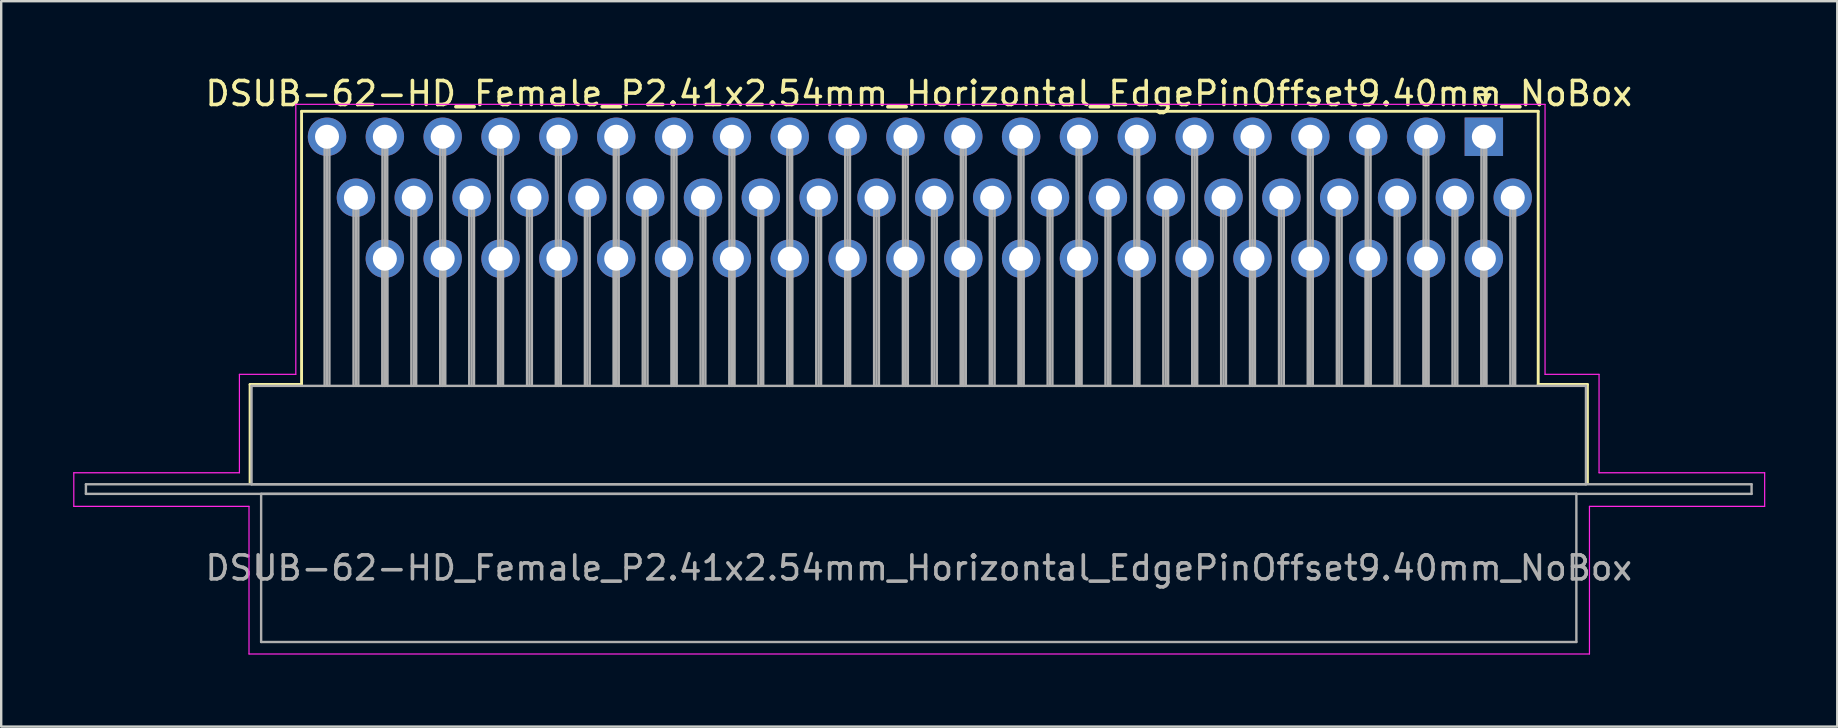
<source format=kicad_pcb>
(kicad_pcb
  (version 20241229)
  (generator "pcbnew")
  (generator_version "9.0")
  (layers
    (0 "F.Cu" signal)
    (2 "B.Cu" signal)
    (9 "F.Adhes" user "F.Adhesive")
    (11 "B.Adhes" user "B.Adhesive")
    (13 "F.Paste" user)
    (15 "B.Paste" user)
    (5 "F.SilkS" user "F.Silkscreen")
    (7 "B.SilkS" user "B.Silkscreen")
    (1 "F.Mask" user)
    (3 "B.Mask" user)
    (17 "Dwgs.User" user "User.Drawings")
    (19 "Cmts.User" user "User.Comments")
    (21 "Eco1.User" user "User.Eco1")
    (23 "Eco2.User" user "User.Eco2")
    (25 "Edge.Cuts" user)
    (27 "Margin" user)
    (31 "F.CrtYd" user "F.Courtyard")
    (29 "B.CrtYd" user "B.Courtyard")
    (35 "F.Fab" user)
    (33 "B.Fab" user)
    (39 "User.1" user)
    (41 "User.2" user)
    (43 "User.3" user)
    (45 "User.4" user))
  (footprint "DSUB-62-HD_Female_P2.41x2.54mm_Horizontal_EdgePinOffset9.40mm_NoBox"
    (layer "F.Cu")
    (at 58.775 2.648)
    (property "Reference" "DSUB-62-HD_Female_P2.41x2.54mm_Horizontal_EdgePinOffset9.40mm_NoBox" (at -23.545 -1.8 0) (layer "F.SilkS") (effects (font (size 1 1) (thickness 0.15))))
    (attr through_hole)
    (fp_line (start -51.405 10.32) (end -49.26 10.32) (stroke (width 0.12) (type solid)) (layer "F.SilkS"))
    (fp_line (start -51.405 14.42) (end -51.405 10.32) (stroke (width 0.12) (type solid)) (layer "F.SilkS"))
    (fp_line (start -49.26 -1.06) (end 2.265 -1.06) (stroke (width 0.12) (type solid)) (layer "F.SilkS"))
    (fp_line (start -49.26 10.32) (end -49.26 -1.06) (stroke (width 0.12) (type solid)) (layer "F.SilkS"))
    (fp_line (start -0.25 -1.754) (end 0.25 -1.754) (stroke (width 0.12) (type solid)) (layer "F.SilkS"))
    (fp_line (start 0 -1.321) (end -0.25 -1.754) (stroke (width 0.12) (type solid)) (layer "F.SilkS"))
    (fp_line (start 0.25 -1.754) (end 0 -1.321) (stroke (width 0.12) (type solid)) (layer "F.SilkS"))
    (fp_line (start 2.265 -1.06) (end 2.265 10.32) (stroke (width 0.12) (type solid)) (layer "F.SilkS"))
    (fp_line (start 2.265 10.32) (end 4.315 10.32) (stroke (width 0.12) (type solid)) (layer "F.SilkS"))
    (fp_line (start 4.315 10.32) (end 4.315 14.42) (stroke (width 0.12) (type solid)) (layer "F.SilkS"))
    (fp_line (start -58.75 14) (end -51.85 14) (stroke (width 0.05) (type solid)) (layer "F.CrtYd"))
    (fp_line (start -58.75 15.4) (end -58.75 14) (stroke (width 0.05) (type solid)) (layer "F.CrtYd"))
    (fp_line (start -51.85 9.9) (end -49.5 9.9) (stroke (width 0.05) (type solid)) (layer "F.CrtYd"))
    (fp_line (start -51.85 14) (end -51.85 9.9) (stroke (width 0.05) (type solid)) (layer "F.CrtYd"))
    (fp_line (start -51.45 15.4) (end -58.75 15.4) (stroke (width 0.05) (type solid)) (layer "F.CrtYd"))
    (fp_line (start -51.45 21.55) (end -51.45 15.4) (stroke (width 0.05) (type solid)) (layer "F.CrtYd"))
    (fp_line (start -49.5 -1.35) (end 2.55 -1.35) (stroke (width 0.05) (type solid)) (layer "F.CrtYd"))
    (fp_line (start -49.5 9.9) (end -49.5 -1.35) (stroke (width 0.05) (type solid)) (layer "F.CrtYd"))
    (fp_line (start 2.55 -1.35) (end 2.55 9.9) (stroke (width 0.05) (type solid)) (layer "F.CrtYd"))
    (fp_line (start 2.55 9.9) (end 4.8 9.9) (stroke (width 0.05) (type solid)) (layer "F.CrtYd"))
    (fp_line (start 4.4 15.4) (end 4.4 21.55) (stroke (width 0.05) (type solid)) (layer "F.CrtYd"))
    (fp_line (start 4.4 21.55) (end -51.45 21.55) (stroke (width 0.05) (type solid)) (layer "F.CrtYd"))
    (fp_line (start 4.8 9.9) (end 4.8 14) (stroke (width 0.05) (type solid)) (layer "F.CrtYd"))
    (fp_line (start 4.8 14) (end 11.7 14) (stroke (width 0.05) (type solid)) (layer "F.CrtYd"))
    (fp_line (start 11.7 14) (end 11.7 15.4) (stroke (width 0.05) (type solid)) (layer "F.CrtYd"))
    (fp_line (start 11.7 15.4) (end 4.4 15.4) (stroke (width 0.05) (type solid)) (layer "F.CrtYd"))
    (fp_line (start -58.245 14.48) (end -58.245 14.88) (stroke (width 0.1) (type solid)) (layer "F.Fab"))
    (fp_line (start -58.245 14.88) (end 11.155 14.88) (stroke (width 0.1) (type solid)) (layer "F.Fab"))
    (fp_line (start -51.345 10.38) (end -51.345 14.48) (stroke (width 0.1) (type solid)) (layer "F.Fab"))
    (fp_line (start -51.345 14.48) (end 4.255 14.48) (stroke (width 0.1) (type solid)) (layer "F.Fab"))
    (fp_line (start -50.945 14.88) (end -50.945 21.05) (stroke (width 0.1) (type solid)) (layer "F.Fab"))
    (fp_line (start -50.945 21.05) (end 3.855 21.05) (stroke (width 0.1) (type solid)) (layer "F.Fab"))
    (fp_line (start -48.3 0) (end -48.3 10.38) (stroke (width 0.1) (type solid)) (layer "F.Fab"))
    (fp_line (start -48.2 0) (end -48.2 10.38) (stroke (width 0.1) (type solid)) (layer "F.Fab"))
    (fp_line (start -48.1 0) (end -48.1 10.38) (stroke (width 0.1) (type solid)) (layer "F.Fab"))
    (fp_line (start -47.095 2.54) (end -47.095 10.38) (stroke (width 0.1) (type solid)) (layer "F.Fab"))
    (fp_line (start -46.995 2.54) (end -46.995 10.38) (stroke (width 0.1) (type solid)) (layer "F.Fab"))
    (fp_line (start -46.895 2.54) (end -46.895 10.38) (stroke (width 0.1) (type solid)) (layer "F.Fab"))
    (fp_line (start -45.89 0) (end -45.89 10.38) (stroke (width 0.1) (type solid)) (layer "F.Fab"))
    (fp_line (start -45.89 5.08) (end -45.89 10.38) (stroke (width 0.1) (type solid)) (layer "F.Fab"))
    (fp_line (start -45.79 0) (end -45.79 10.38) (stroke (width 0.1) (type solid)) (layer "F.Fab"))
    (fp_line (start -45.79 5.08) (end -45.79 10.38) (stroke (width 0.1) (type solid)) (layer "F.Fab"))
    (fp_line (start -45.69 0) (end -45.69 10.38) (stroke (width 0.1) (type solid)) (layer "F.Fab"))
    (fp_line (start -45.69 5.08) (end -45.69 10.38) (stroke (width 0.1) (type solid)) (layer "F.Fab"))
    (fp_line (start -44.685 2.54) (end -44.685 10.38) (stroke (width 0.1) (type solid)) (layer "F.Fab"))
    (fp_line (start -44.585 2.54) (end -44.585 10.38) (stroke (width 0.1) (type solid)) (layer "F.Fab"))
    (fp_line (start -44.485 2.54) (end -44.485 10.38) (stroke (width 0.1) (type solid)) (layer "F.Fab"))
    (fp_line (start -43.48 0) (end -43.48 10.38) (stroke (width 0.1) (type solid)) (layer "F.Fab"))
    (fp_line (start -43.48 5.08) (end -43.48 10.38) (stroke (width 0.1) (type solid)) (layer "F.Fab"))
    (fp_line (start -43.38 0) (end -43.38 10.38) (stroke (width 0.1) (type solid)) (layer "F.Fab"))
    (fp_line (start -43.38 5.08) (end -43.38 10.38) (stroke (width 0.1) (type solid)) (layer "F.Fab"))
    (fp_line (start -43.28 0) (end -43.28 10.38) (stroke (width 0.1) (type solid)) (layer "F.Fab"))
    (fp_line (start -43.28 5.08) (end -43.28 10.38) (stroke (width 0.1) (type solid)) (layer "F.Fab"))
    (fp_line (start -42.275 2.54) (end -42.275 10.38) (stroke (width 0.1) (type solid)) (layer "F.Fab"))
    (fp_line (start -42.175 2.54) (end -42.175 10.38) (stroke (width 0.1) (type solid)) (layer "F.Fab"))
    (fp_line (start -42.075 2.54) (end -42.075 10.38) (stroke (width 0.1) (type solid)) (layer "F.Fab"))
    (fp_line (start -41.07 0) (end -41.07 10.38) (stroke (width 0.1) (type solid)) (layer "F.Fab"))
    (fp_line (start -41.07 5.08) (end -41.07 10.38) (stroke (width 0.1) (type solid)) (layer "F.Fab"))
    (fp_line (start -40.97 0) (end -40.97 10.38) (stroke (width 0.1) (type solid)) (layer "F.Fab"))
    (fp_line (start -40.97 5.08) (end -40.97 10.38) (stroke (width 0.1) (type solid)) (layer "F.Fab"))
    (fp_line (start -40.87 0) (end -40.87 10.38) (stroke (width 0.1) (type solid)) (layer "F.Fab"))
    (fp_line (start -40.87 5.08) (end -40.87 10.38) (stroke (width 0.1) (type solid)) (layer "F.Fab"))
    (fp_line (start -39.865 2.54) (end -39.865 10.38) (stroke (width 0.1) (type solid)) (layer "F.Fab"))
    (fp_line (start -39.765 2.54) (end -39.765 10.38) (stroke (width 0.1) (type solid)) (layer "F.Fab"))
    (fp_line (start -39.665 2.54) (end -39.665 10.38) (stroke (width 0.1) (type solid)) (layer "F.Fab"))
    (fp_line (start -38.66 0) (end -38.66 10.38) (stroke (width 0.1) (type solid)) (layer "F.Fab"))
    (fp_line (start -38.66 5.08) (end -38.66 10.38) (stroke (width 0.1) (type solid)) (layer "F.Fab"))
    (fp_line (start -38.56 0) (end -38.56 10.38) (stroke (width 0.1) (type solid)) (layer "F.Fab"))
    (fp_line (start -38.56 5.08) (end -38.56 10.38) (stroke (width 0.1) (type solid)) (layer "F.Fab"))
    (fp_line (start -38.46 0) (end -38.46 10.38) (stroke (width 0.1) (type solid)) (layer "F.Fab"))
    (fp_line (start -38.46 5.08) (end -38.46 10.38) (stroke (width 0.1) (type solid)) (layer "F.Fab"))
    (fp_line (start -37.455 2.54) (end -37.455 10.38) (stroke (width 0.1) (type solid)) (layer "F.Fab"))
    (fp_line (start -37.355 2.54) (end -37.355 10.38) (stroke (width 0.1) (type solid)) (layer "F.Fab"))
    (fp_line (start -37.255 2.54) (end -37.255 10.38) (stroke (width 0.1) (type solid)) (layer "F.Fab"))
    (fp_line (start -36.25 0) (end -36.25 10.38) (stroke (width 0.1) (type solid)) (layer "F.Fab"))
    (fp_line (start -36.25 5.08) (end -36.25 10.38) (stroke (width 0.1) (type solid)) (layer "F.Fab"))
    (fp_line (start -36.15 0) (end -36.15 10.38) (stroke (width 0.1) (type solid)) (layer "F.Fab"))
    (fp_line (start -36.15 5.08) (end -36.15 10.38) (stroke (width 0.1) (type solid)) (layer "F.Fab"))
    (fp_line (start -36.05 0) (end -36.05 10.38) (stroke (width 0.1) (type solid)) (layer "F.Fab"))
    (fp_line (start -36.05 5.08) (end -36.05 10.38) (stroke (width 0.1) (type solid)) (layer "F.Fab"))
    (fp_line (start -35.045 2.54) (end -35.045 10.38) (stroke (width 0.1) (type solid)) (layer "F.Fab"))
    (fp_line (start -34.945 2.54) (end -34.945 10.38) (stroke (width 0.1) (type solid)) (layer "F.Fab"))
    (fp_line (start -34.845 2.54) (end -34.845 10.38) (stroke (width 0.1) (type solid)) (layer "F.Fab"))
    (fp_line (start -33.84 0) (end -33.84 10.38) (stroke (width 0.1) (type solid)) (layer "F.Fab"))
    (fp_line (start -33.84 5.08) (end -33.84 10.38) (stroke (width 0.1) (type solid)) (layer "F.Fab"))
    (fp_line (start -33.74 0) (end -33.74 10.38) (stroke (width 0.1) (type solid)) (layer "F.Fab"))
    (fp_line (start -33.74 5.08) (end -33.74 10.38) (stroke (width 0.1) (type solid)) (layer "F.Fab"))
    (fp_line (start -33.64 0) (end -33.64 10.38) (stroke (width 0.1) (type solid)) (layer "F.Fab"))
    (fp_line (start -33.64 5.08) (end -33.64 10.38) (stroke (width 0.1) (type solid)) (layer "F.Fab"))
    (fp_line (start -32.635 2.54) (end -32.635 10.38) (stroke (width 0.1) (type solid)) (layer "F.Fab"))
    (fp_line (start -32.535 2.54) (end -32.535 10.38) (stroke (width 0.1) (type solid)) (layer "F.Fab"))
    (fp_line (start -32.435 2.54) (end -32.435 10.38) (stroke (width 0.1) (type solid)) (layer "F.Fab"))
    (fp_line (start -31.43 0) (end -31.43 10.38) (stroke (width 0.1) (type solid)) (layer "F.Fab"))
    (fp_line (start -31.43 5.08) (end -31.43 10.38) (stroke (width 0.1) (type solid)) (layer "F.Fab"))
    (fp_line (start -31.33 0) (end -31.33 10.38) (stroke (width 0.1) (type solid)) (layer "F.Fab"))
    (fp_line (start -31.33 5.08) (end -31.33 10.38) (stroke (width 0.1) (type solid)) (layer "F.Fab"))
    (fp_line (start -31.23 0) (end -31.23 10.38) (stroke (width 0.1) (type solid)) (layer "F.Fab"))
    (fp_line (start -31.23 5.08) (end -31.23 10.38) (stroke (width 0.1) (type solid)) (layer "F.Fab"))
    (fp_line (start -30.225 2.54) (end -30.225 10.38) (stroke (width 0.1) (type solid)) (layer "F.Fab"))
    (fp_line (start -30.125 2.54) (end -30.125 10.38) (stroke (width 0.1) (type solid)) (layer "F.Fab"))
    (fp_line (start -30.025 2.54) (end -30.025 10.38) (stroke (width 0.1) (type solid)) (layer "F.Fab"))
    (fp_line (start -29.02 0) (end -29.02 10.38) (stroke (width 0.1) (type solid)) (layer "F.Fab"))
    (fp_line (start -29.02 5.08) (end -29.02 10.38) (stroke (width 0.1) (type solid)) (layer "F.Fab"))
    (fp_line (start -28.92 0) (end -28.92 10.38) (stroke (width 0.1) (type solid)) (layer "F.Fab"))
    (fp_line (start -28.92 5.08) (end -28.92 10.38) (stroke (width 0.1) (type solid)) (layer "F.Fab"))
    (fp_line (start -28.82 0) (end -28.82 10.38) (stroke (width 0.1) (type solid)) (layer "F.Fab"))
    (fp_line (start -28.82 5.08) (end -28.82 10.38) (stroke (width 0.1) (type solid)) (layer "F.Fab"))
    (fp_line (start -27.815 2.54) (end -27.815 10.38) (stroke (width 0.1) (type solid)) (layer "F.Fab"))
    (fp_line (start -27.715 2.54) (end -27.715 10.38) (stroke (width 0.1) (type solid)) (layer "F.Fab"))
    (fp_line (start -27.615 2.54) (end -27.615 10.38) (stroke (width 0.1) (type solid)) (layer "F.Fab"))
    (fp_line (start -26.61 0) (end -26.61 10.38) (stroke (width 0.1) (type solid)) (layer "F.Fab"))
    (fp_line (start -26.61 5.08) (end -26.61 10.38) (stroke (width 0.1) (type solid)) (layer "F.Fab"))
    (fp_line (start -26.51 0) (end -26.51 10.38) (stroke (width 0.1) (type solid)) (layer "F.Fab"))
    (fp_line (start -26.51 5.08) (end -26.51 10.38) (stroke (width 0.1) (type solid)) (layer "F.Fab"))
    (fp_line (start -26.41 0) (end -26.41 10.38) (stroke (width 0.1) (type solid)) (layer "F.Fab"))
    (fp_line (start -26.41 5.08) (end -26.41 10.38) (stroke (width 0.1) (type solid)) (layer "F.Fab"))
    (fp_line (start -25.405 2.54) (end -25.405 10.38) (stroke (width 0.1) (type solid)) (layer "F.Fab"))
    (fp_line (start -25.305 2.54) (end -25.305 10.38) (stroke (width 0.1) (type solid)) (layer "F.Fab"))
    (fp_line (start -25.205 2.54) (end -25.205 10.38) (stroke (width 0.1) (type solid)) (layer "F.Fab"))
    (fp_line (start -24.2 0) (end -24.2 10.38) (stroke (width 0.1) (type solid)) (layer "F.Fab"))
    (fp_line (start -24.2 5.08) (end -24.2 10.38) (stroke (width 0.1) (type solid)) (layer "F.Fab"))
    (fp_line (start -24.1 0) (end -24.1 10.38) (stroke (width 0.1) (type solid)) (layer "F.Fab"))
    (fp_line (start -24.1 5.08) (end -24.1 10.38) (stroke (width 0.1) (type solid)) (layer "F.Fab"))
    (fp_line (start -24 0) (end -24 10.38) (stroke (width 0.1) (type solid)) (layer "F.Fab"))
    (fp_line (start -24 5.08) (end -24 10.38) (stroke (width 0.1) (type solid)) (layer "F.Fab"))
    (fp_line (start -22.995 2.54) (end -22.995 10.38) (stroke (width 0.1) (type solid)) (layer "F.Fab"))
    (fp_line (start -22.895 2.54) (end -22.895 10.38) (stroke (width 0.1) (type solid)) (layer "F.Fab"))
    (fp_line (start -22.795 2.54) (end -22.795 10.38) (stroke (width 0.1) (type solid)) (layer "F.Fab"))
    (fp_line (start -21.79 0) (end -21.79 10.38) (stroke (width 0.1) (type solid)) (layer "F.Fab"))
    (fp_line (start -21.79 5.08) (end -21.79 10.38) (stroke (width 0.1) (type solid)) (layer "F.Fab"))
    (fp_line (start -21.69 0) (end -21.69 10.38) (stroke (width 0.1) (type solid)) (layer "F.Fab"))
    (fp_line (start -21.69 5.08) (end -21.69 10.38) (stroke (width 0.1) (type solid)) (layer "F.Fab"))
    (fp_line (start -21.59 0) (end -21.59 10.38) (stroke (width 0.1) (type solid)) (layer "F.Fab"))
    (fp_line (start -21.59 5.08) (end -21.59 10.38) (stroke (width 0.1) (type solid)) (layer "F.Fab"))
    (fp_line (start -20.585 2.54) (end -20.585 10.38) (stroke (width 0.1) (type solid)) (layer "F.Fab"))
    (fp_line (start -20.485 2.54) (end -20.485 10.38) (stroke (width 0.1) (type solid)) (layer "F.Fab"))
    (fp_line (start -20.385 2.54) (end -20.385 10.38) (stroke (width 0.1) (type solid)) (layer "F.Fab"))
    (fp_line (start -19.38 0) (end -19.38 10.38) (stroke (width 0.1) (type solid)) (layer "F.Fab"))
    (fp_line (start -19.38 5.08) (end -19.38 10.38) (stroke (width 0.1) (type solid)) (layer "F.Fab"))
    (fp_line (start -19.28 0) (end -19.28 10.38) (stroke (width 0.1) (type solid)) (layer "F.Fab"))
    (fp_line (start -19.28 5.08) (end -19.28 10.38) (stroke (width 0.1) (type solid)) (layer "F.Fab"))
    (fp_line (start -19.18 0) (end -19.18 10.38) (stroke (width 0.1) (type solid)) (layer "F.Fab"))
    (fp_line (start -19.18 5.08) (end -19.18 10.38) (stroke (width 0.1) (type solid)) (layer "F.Fab"))
    (fp_line (start -18.175 2.54) (end -18.175 10.38) (stroke (width 0.1) (type solid)) (layer "F.Fab"))
    (fp_line (start -18.075 2.54) (end -18.075 10.38) (stroke (width 0.1) (type solid)) (layer "F.Fab"))
    (fp_line (start -17.975 2.54) (end -17.975 10.38) (stroke (width 0.1) (type solid)) (layer "F.Fab"))
    (fp_line (start -16.97 0) (end -16.97 10.38) (stroke (width 0.1) (type solid)) (layer "F.Fab"))
    (fp_line (start -16.97 5.08) (end -16.97 10.38) (stroke (width 0.1) (type solid)) (layer "F.Fab"))
    (fp_line (start -16.87 0) (end -16.87 10.38) (stroke (width 0.1) (type solid)) (layer "F.Fab"))
    (fp_line (start -16.87 5.08) (end -16.87 10.38) (stroke (width 0.1) (type solid)) (layer "F.Fab"))
    (fp_line (start -16.77 0) (end -16.77 10.38) (stroke (width 0.1) (type solid)) (layer "F.Fab"))
    (fp_line (start -16.77 5.08) (end -16.77 10.38) (stroke (width 0.1) (type solid)) (layer "F.Fab"))
    (fp_line (start -15.765 2.54) (end -15.765 10.38) (stroke (width 0.1) (type solid)) (layer "F.Fab"))
    (fp_line (start -15.665 2.54) (end -15.665 10.38) (stroke (width 0.1) (type solid)) (layer "F.Fab"))
    (fp_line (start -15.565 2.54) (end -15.565 10.38) (stroke (width 0.1) (type solid)) (layer "F.Fab"))
    (fp_line (start -14.56 0) (end -14.56 10.38) (stroke (width 0.1) (type solid)) (layer "F.Fab"))
    (fp_line (start -14.56 5.08) (end -14.56 10.38) (stroke (width 0.1) (type solid)) (layer "F.Fab"))
    (fp_line (start -14.46 0) (end -14.46 10.38) (stroke (width 0.1) (type solid)) (layer "F.Fab"))
    (fp_line (start -14.46 5.08) (end -14.46 10.38) (stroke (width 0.1) (type solid)) (layer "F.Fab"))
    (fp_line (start -14.36 0) (end -14.36 10.38) (stroke (width 0.1) (type solid)) (layer "F.Fab"))
    (fp_line (start -14.36 5.08) (end -14.36 10.38) (stroke (width 0.1) (type solid)) (layer "F.Fab"))
    (fp_line (start -13.355 2.54) (end -13.355 10.38) (stroke (width 0.1) (type solid)) (layer "F.Fab"))
    (fp_line (start -13.255 2.54) (end -13.255 10.38) (stroke (width 0.1) (type solid)) (layer "F.Fab"))
    (fp_line (start -13.155 2.54) (end -13.155 10.38) (stroke (width 0.1) (type solid)) (layer "F.Fab"))
    (fp_line (start -12.15 0) (end -12.15 10.38) (stroke (width 0.1) (type solid)) (layer "F.Fab"))
    (fp_line (start -12.15 5.08) (end -12.15 10.38) (stroke (width 0.1) (type solid)) (layer "F.Fab"))
    (fp_line (start -12.05 0) (end -12.05 10.38) (stroke (width 0.1) (type solid)) (layer "F.Fab"))
    (fp_line (start -12.05 5.08) (end -12.05 10.38) (stroke (width 0.1) (type solid)) (layer "F.Fab"))
    (fp_line (start -11.95 0) (end -11.95 10.38) (stroke (width 0.1) (type solid)) (layer "F.Fab"))
    (fp_line (start -11.95 5.08) (end -11.95 10.38) (stroke (width 0.1) (type solid)) (layer "F.Fab"))
    (fp_line (start -10.945 2.54) (end -10.945 10.38) (stroke (width 0.1) (type solid)) (layer "F.Fab"))
    (fp_line (start -10.845 2.54) (end -10.845 10.38) (stroke (width 0.1) (type solid)) (layer "F.Fab"))
    (fp_line (start -10.745 2.54) (end -10.745 10.38) (stroke (width 0.1) (type solid)) (layer "F.Fab"))
    (fp_line (start -9.74 0) (end -9.74 10.38) (stroke (width 0.1) (type solid)) (layer "F.Fab"))
    (fp_line (start -9.74 5.08) (end -9.74 10.38) (stroke (width 0.1) (type solid)) (layer "F.Fab"))
    (fp_line (start -9.64 0) (end -9.64 10.38) (stroke (width 0.1) (type solid)) (layer "F.Fab"))
    (fp_line (start -9.64 5.08) (end -9.64 10.38) (stroke (width 0.1) (type solid)) (layer "F.Fab"))
    (fp_line (start -9.54 0) (end -9.54 10.38) (stroke (width 0.1) (type solid)) (layer "F.Fab"))
    (fp_line (start -9.54 5.08) (end -9.54 10.38) (stroke (width 0.1) (type solid)) (layer "F.Fab"))
    (fp_line (start -8.535 2.54) (end -8.535 10.38) (stroke (width 0.1) (type solid)) (layer "F.Fab"))
    (fp_line (start -8.435 2.54) (end -8.435 10.38) (stroke (width 0.1) (type solid)) (layer "F.Fab"))
    (fp_line (start -8.335 2.54) (end -8.335 10.38) (stroke (width 0.1) (type solid)) (layer "F.Fab"))
    (fp_line (start -7.33 0) (end -7.33 10.38) (stroke (width 0.1) (type solid)) (layer "F.Fab"))
    (fp_line (start -7.33 5.08) (end -7.33 10.38) (stroke (width 0.1) (type solid)) (layer "F.Fab"))
    (fp_line (start -7.23 0) (end -7.23 10.38) (stroke (width 0.1) (type solid)) (layer "F.Fab"))
    (fp_line (start -7.23 5.08) (end -7.23 10.38) (stroke (width 0.1) (type solid)) (layer "F.Fab"))
    (fp_line (start -7.13 0) (end -7.13 10.38) (stroke (width 0.1) (type solid)) (layer "F.Fab"))
    (fp_line (start -7.13 5.08) (end -7.13 10.38) (stroke (width 0.1) (type solid)) (layer "F.Fab"))
    (fp_line (start -6.125 2.54) (end -6.125 10.38) (stroke (width 0.1) (type solid)) (layer "F.Fab"))
    (fp_line (start -6.025 2.54) (end -6.025 10.38) (stroke (width 0.1) (type solid)) (layer "F.Fab"))
    (fp_line (start -5.925 2.54) (end -5.925 10.38) (stroke (width 0.1) (type solid)) (layer "F.Fab"))
    (fp_line (start -4.92 0) (end -4.92 10.38) (stroke (width 0.1) (type solid)) (layer "F.Fab"))
    (fp_line (start -4.92 5.08) (end -4.92 10.38) (stroke (width 0.1) (type solid)) (layer "F.Fab"))
    (fp_line (start -4.82 0) (end -4.82 10.38) (stroke (width 0.1) (type solid)) (layer "F.Fab"))
    (fp_line (start -4.82 5.08) (end -4.82 10.38) (stroke (width 0.1) (type solid)) (layer "F.Fab"))
    (fp_line (start -4.72 0) (end -4.72 10.38) (stroke (width 0.1) (type solid)) (layer "F.Fab"))
    (fp_line (start -4.72 5.08) (end -4.72 10.38) (stroke (width 0.1) (type solid)) (layer "F.Fab"))
    (fp_line (start -3.715 2.54) (end -3.715 10.38) (stroke (width 0.1) (type solid)) (layer "F.Fab"))
    (fp_line (start -3.615 2.54) (end -3.615 10.38) (stroke (width 0.1) (type solid)) (layer "F.Fab"))
    (fp_line (start -3.515 2.54) (end -3.515 10.38) (stroke (width 0.1) (type solid)) (layer "F.Fab"))
    (fp_line (start -2.51 0) (end -2.51 10.38) (stroke (width 0.1) (type solid)) (layer "F.Fab"))
    (fp_line (start -2.51 5.08) (end -2.51 10.38) (stroke (width 0.1) (type solid)) (layer "F.Fab"))
    (fp_line (start -2.41 0) (end -2.41 10.38) (stroke (width 0.1) (type solid)) (layer "F.Fab"))
    (fp_line (start -2.41 5.08) (end -2.41 10.38) (stroke (width 0.1) (type solid)) (layer "F.Fab"))
    (fp_line (start -2.31 0) (end -2.31 10.38) (stroke (width 0.1) (type solid)) (layer "F.Fab"))
    (fp_line (start -2.31 5.08) (end -2.31 10.38) (stroke (width 0.1) (type solid)) (layer "F.Fab"))
    (fp_line (start -1.305 2.54) (end -1.305 10.38) (stroke (width 0.1) (type solid)) (layer "F.Fab"))
    (fp_line (start -1.205 2.54) (end -1.205 10.38) (stroke (width 0.1) (type solid)) (layer "F.Fab"))
    (fp_line (start -1.105 2.54) (end -1.105 10.38) (stroke (width 0.1) (type solid)) (layer "F.Fab"))
    (fp_line (start -0.1 0) (end -0.1 10.38) (stroke (width 0.1) (type solid)) (layer "F.Fab"))
    (fp_line (start -0.1 5.08) (end -0.1 10.38) (stroke (width 0.1) (type solid)) (layer "F.Fab"))
    (fp_line (start 0 0) (end 0 10.38) (stroke (width 0.1) (type solid)) (layer "F.Fab"))
    (fp_line (start 0 5.08) (end 0 10.38) (stroke (width 0.1) (type solid)) (layer "F.Fab"))
    (fp_line (start 0.1 0) (end 0.1 10.38) (stroke (width 0.1) (type solid)) (layer "F.Fab"))
    (fp_line (start 0.1 5.08) (end 0.1 10.38) (stroke (width 0.1) (type solid)) (layer "F.Fab"))
    (fp_line (start 1.105 2.54) (end 1.105 10.38) (stroke (width 0.1) (type solid)) (layer "F.Fab"))
    (fp_line (start 1.205 2.54) (end 1.205 10.38) (stroke (width 0.1) (type solid)) (layer "F.Fab"))
    (fp_line (start 1.305 2.54) (end 1.305 10.38) (stroke (width 0.1) (type solid)) (layer "F.Fab"))
    (fp_line (start 3.855 14.88) (end -50.945 14.88) (stroke (width 0.1) (type solid)) (layer "F.Fab"))
    (fp_line (start 3.855 21.05) (end 3.855 14.88) (stroke (width 0.1) (type solid)) (layer "F.Fab"))
    (fp_line (start 4.255 10.38) (end -51.345 10.38) (stroke (width 0.1) (type solid)) (layer "F.Fab"))
    (fp_line (start 4.255 14.48) (end 4.255 10.38) (stroke (width 0.1) (type solid)) (layer "F.Fab"))
    (fp_line (start 11.155 14.48) (end -58.245 14.48) (stroke (width 0.1) (type solid)) (layer "F.Fab"))
    (fp_line (start 11.155 14.88) (end 11.155 14.48) (stroke (width 0.1) (type solid)) (layer "F.Fab"))
    (fp_text user "${REFERENCE}" (at -23.545 17.965 0) (layer "F.Fab") (effects (font (size 1 1) (thickness 0.15))))
    (pad "1" thru_hole rect (at 0 0) (size 1.6 1.6) (drill 1) (layers "*.Cu" "*.Mask"))
    (pad "2" thru_hole circle (at -2.41 0) (size 1.6 1.6) (drill 1) (layers "*.Cu" "*.Mask"))
    (pad "3" thru_hole circle (at -4.82 0) (size 1.6 1.6) (drill 1) (layers "*.Cu" "*.Mask"))
    (pad "4" thru_hole circle (at -7.23 0) (size 1.6 1.6) (drill 1) (layers "*.Cu" "*.Mask"))
    (pad "5" thru_hole circle (at -9.64 0) (size 1.6 1.6) (drill 1) (layers "*.Cu" "*.Mask"))
    (pad "6" thru_hole circle (at -12.05 0) (size 1.6 1.6) (drill 1) (layers "*.Cu" "*.Mask"))
    (pad "7" thru_hole circle (at -14.46 0) (size 1.6 1.6) (drill 1) (layers "*.Cu" "*.Mask"))
    (pad "8" thru_hole circle (at -16.87 0) (size 1.6 1.6) (drill 1) (layers "*.Cu" "*.Mask"))
    (pad "9" thru_hole circle (at -19.28 0) (size 1.6 1.6) (drill 1) (layers "*.Cu" "*.Mask"))
    (pad "10" thru_hole circle (at -21.69 0) (size 1.6 1.6) (drill 1) (layers "*.Cu" "*.Mask"))
    (pad "11" thru_hole circle (at -24.1 0) (size 1.6 1.6) (drill 1) (layers "*.Cu" "*.Mask"))
    (pad "12" thru_hole circle (at -26.51 0) (size 1.6 1.6) (drill 1) (layers "*.Cu" "*.Mask"))
    (pad "13" thru_hole circle (at -28.92 0) (size 1.6 1.6) (drill 1) (layers "*.Cu" "*.Mask"))
    (pad "14" thru_hole circle (at -31.33 0) (size 1.6 1.6) (drill 1) (layers "*.Cu" "*.Mask"))
    (pad "15" thru_hole circle (at -33.74 0) (size 1.6 1.6) (drill 1) (layers "*.Cu" "*.Mask"))
    (pad "16" thru_hole circle (at -36.15 0) (size 1.6 1.6) (drill 1) (layers "*.Cu" "*.Mask"))
    (pad "17" thru_hole circle (at -38.56 0) (size 1.6 1.6) (drill 1) (layers "*.Cu" "*.Mask"))
    (pad "18" thru_hole circle (at -40.97 0) (size 1.6 1.6) (drill 1) (layers "*.Cu" "*.Mask"))
    (pad "19" thru_hole circle (at -43.38 0) (size 1.6 1.6) (drill 1) (layers "*.Cu" "*.Mask"))
    (pad "20" thru_hole circle (at -45.79 0) (size 1.6 1.6) (drill 1) (layers "*.Cu" "*.Mask"))
    (pad "21" thru_hole circle (at -48.2 0) (size 1.6 1.6) (drill 1) (layers "*.Cu" "*.Mask"))
    (pad "22" thru_hole circle (at 1.205 2.54) (size 1.6 1.6) (drill 1) (layers "*.Cu" "*.Mask"))
    (pad "23" thru_hole circle (at -1.205 2.54) (size 1.6 1.6) (drill 1) (layers "*.Cu" "*.Mask"))
    (pad "24" thru_hole circle (at -3.615 2.54) (size 1.6 1.6) (drill 1) (layers "*.Cu" "*.Mask"))
    (pad "25" thru_hole circle (at -6.025 2.54) (size 1.6 1.6) (drill 1) (layers "*.Cu" "*.Mask"))
    (pad "26" thru_hole circle (at -8.435 2.54) (size 1.6 1.6) (drill 1) (layers "*.Cu" "*.Mask"))
    (pad "27" thru_hole circle (at -10.845 2.54) (size 1.6 1.6) (drill 1) (layers "*.Cu" "*.Mask"))
    (pad "28" thru_hole circle (at -13.255 2.54) (size 1.6 1.6) (drill 1) (layers "*.Cu" "*.Mask"))
    (pad "29" thru_hole circle (at -15.665 2.54) (size 1.6 1.6) (drill 1) (layers "*.Cu" "*.Mask"))
    (pad "30" thru_hole circle (at -18.075 2.54) (size 1.6 1.6) (drill 1) (layers "*.Cu" "*.Mask"))
    (pad "31" thru_hole circle (at -20.485 2.54) (size 1.6 1.6) (drill 1) (layers "*.Cu" "*.Mask"))
    (pad "32" thru_hole circle (at -22.895 2.54) (size 1.6 1.6) (drill 1) (layers "*.Cu" "*.Mask"))
    (pad "33" thru_hole circle (at -25.305 2.54) (size 1.6 1.6) (drill 1) (layers "*.Cu" "*.Mask"))
    (pad "34" thru_hole circle (at -27.715 2.54) (size 1.6 1.6) (drill 1) (layers "*.Cu" "*.Mask"))
    (pad "35" thru_hole circle (at -30.125 2.54) (size 1.6 1.6) (drill 1) (layers "*.Cu" "*.Mask"))
    (pad "36" thru_hole circle (at -32.535 2.54) (size 1.6 1.6) (drill 1) (layers "*.Cu" "*.Mask"))
    (pad "37" thru_hole circle (at -34.945 2.54) (size 1.6 1.6) (drill 1) (layers "*.Cu" "*.Mask"))
    (pad "38" thru_hole circle (at -37.355 2.54) (size 1.6 1.6) (drill 1) (layers "*.Cu" "*.Mask"))
    (pad "39" thru_hole circle (at -39.765 2.54) (size 1.6 1.6) (drill 1) (layers "*.Cu" "*.Mask"))
    (pad "40" thru_hole circle (at -42.175 2.54) (size 1.6 1.6) (drill 1) (layers "*.Cu" "*.Mask"))
    (pad "41" thru_hole circle (at -44.585 2.54) (size 1.6 1.6) (drill 1) (layers "*.Cu" "*.Mask"))
    (pad "42" thru_hole circle (at -46.995 2.54) (size 1.6 1.6) (drill 1) (layers "*.Cu" "*.Mask"))
    (pad "43" thru_hole circle (at 0 5.08) (size 1.6 1.6) (drill 1) (layers "*.Cu" "*.Mask"))
    (pad "44" thru_hole circle (at -2.41 5.08) (size 1.6 1.6) (drill 1) (layers "*.Cu" "*.Mask"))
    (pad "45" thru_hole circle (at -4.82 5.08) (size 1.6 1.6) (drill 1) (layers "*.Cu" "*.Mask"))
    (pad "46" thru_hole circle (at -7.23 5.08) (size 1.6 1.6) (drill 1) (layers "*.Cu" "*.Mask"))
    (pad "47" thru_hole circle (at -9.64 5.08) (size 1.6 1.6) (drill 1) (layers "*.Cu" "*.Mask"))
    (pad "48" thru_hole circle (at -12.05 5.08) (size 1.6 1.6) (drill 1) (layers "*.Cu" "*.Mask"))
    (pad "49" thru_hole circle (at -14.46 5.08) (size 1.6 1.6) (drill 1) (layers "*.Cu" "*.Mask"))
    (pad "50" thru_hole circle (at -16.87 5.08) (size 1.6 1.6) (drill 1) (layers "*.Cu" "*.Mask"))
    (pad "51" thru_hole circle (at -19.28 5.08) (size 1.6 1.6) (drill 1) (layers "*.Cu" "*.Mask"))
    (pad "52" thru_hole circle (at -21.69 5.08) (size 1.6 1.6) (drill 1) (layers "*.Cu" "*.Mask"))
    (pad "53" thru_hole circle (at -24.1 5.08) (size 1.6 1.6) (drill 1) (layers "*.Cu" "*.Mask"))
    (pad "54" thru_hole circle (at -26.51 5.08) (size 1.6 1.6) (drill 1) (layers "*.Cu" "*.Mask"))
    (pad "55" thru_hole circle (at -28.92 5.08) (size 1.6 1.6) (drill 1) (layers "*.Cu" "*.Mask"))
    (pad "56" thru_hole circle (at -31.33 5.08) (size 1.6 1.6) (drill 1) (layers "*.Cu" "*.Mask"))
    (pad "57" thru_hole circle (at -33.74 5.08) (size 1.6 1.6) (drill 1) (layers "*.Cu" "*.Mask"))
    (pad "58" thru_hole circle (at -36.15 5.08) (size 1.6 1.6) (drill 1) (layers "*.Cu" "*.Mask"))
    (pad "59" thru_hole circle (at -38.56 5.08) (size 1.6 1.6) (drill 1) (layers "*.Cu" "*.Mask"))
    (pad "60" thru_hole circle (at -40.97 5.08) (size 1.6 1.6) (drill 1) (layers "*.Cu" "*.Mask"))
    (pad "61" thru_hole circle (at -43.38 5.08) (size 1.6 1.6) (drill 1) (layers "*.Cu" "*.Mask"))
    (pad "62" thru_hole circle (at -45.79 5.08) (size 1.6 1.6) (drill 1) (layers "*.Cu" "*.Mask")))
  (gr_rect
    (start -3 -3)
    (end 73.5 27.223)
    (stroke (width 0.1) (type default))
    (fill no)
    (layer "Edge.Cuts")))
</source>
